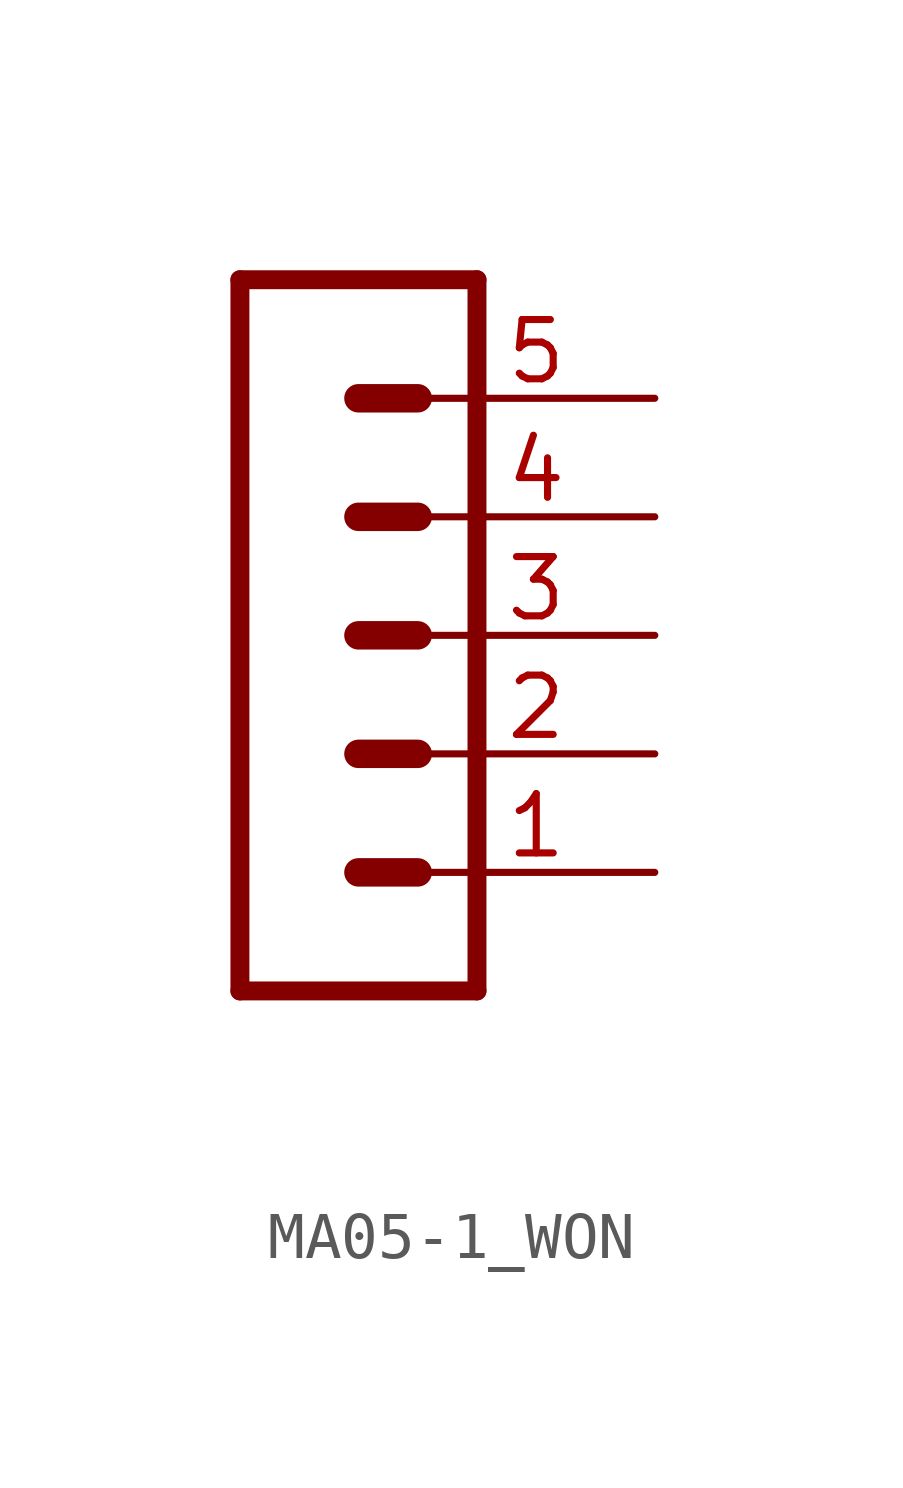
<source format=kicad_sym>
(kicad_symbol_lib
  (version 20220914)
  (generator kicad_symbol_editor)
  (symbol "MA05-1_WON"
    (property "Reference" ""
      (at -1.27 8.382 0)
      (effects (font (size 1.778 1.511)) (justify left bottom) hide))
    (property "Value" ""
      (at -1.27 -10.16 0)
      (effects (font (size 1.778 1.511)) (justify left bottom)))
    (property "ki_locked" ""
      (at 0 0 0)
      (effects (font (size 1.27 1.27))))
    (symbol "MA05-1_WON_1_0"
      (polyline (pts (xy -1.27 7.62) (xy -1.27 -7.62)) (stroke (width 0.406) (type solid)) (fill (type none)))
      (polyline (pts (xy -1.27 7.62) (xy 3.81 7.62)) (stroke (width 0.406) (type solid)) (fill (type none)))
      (polyline (pts (xy 1.27 -5.08) (xy 2.54 -5.08)) (stroke (width 0.61) (type solid)) (fill (type none)))
      (polyline (pts (xy 1.27 -2.54) (xy 2.54 -2.54)) (stroke (width 0.61) (type solid)) (fill (type none)))
      (polyline (pts (xy 1.27 0) (xy 2.54 0)) (stroke (width 0.61) (type solid)) (fill (type none)))
      (polyline (pts (xy 1.27 2.54) (xy 2.54 2.54)) (stroke (width 0.61) (type solid)) (fill (type none)))
      (polyline (pts (xy 1.27 5.08) (xy 2.54 5.08)) (stroke (width 0.61) (type solid)) (fill (type none)))
      (polyline (pts (xy 3.81 -7.62) (xy -1.27 -7.62)) (stroke (width 0.406) (type solid)) (fill (type none)))
      (polyline (pts (xy 3.81 -7.62) (xy 3.81 7.62)) (stroke (width 0.406) (type solid)) (fill (type none)))
      (pin passive line (at 7.62 -5.08 180) (length 5.08) (name "1" (effects (font (size 0 0)))) (number "1" (effects (font (size 1.27 1.27)))))
      (pin passive line (at 7.62 -2.54 180) (length 5.08) (name "2" (effects (font (size 0 0)))) (number "2" (effects (font (size 1.27 1.27)))))
      (pin passive line (at 7.62 0 180) (length 5.08) (name "3" (effects (font (size 0 0)))) (number "3" (effects (font (size 1.27 1.27)))))
      (pin passive line (at 7.62 2.54 180) (length 5.08) (name "4" (effects (font (size 0 0)))) (number "4" (effects (font (size 1.27 1.27)))))
      (pin passive line (at 7.62 5.08 180) (length 5.08) (name "5" (effects (font (size 0 0)))) (number "5" (effects (font (size 1.27 1.27))))))))
</source>
